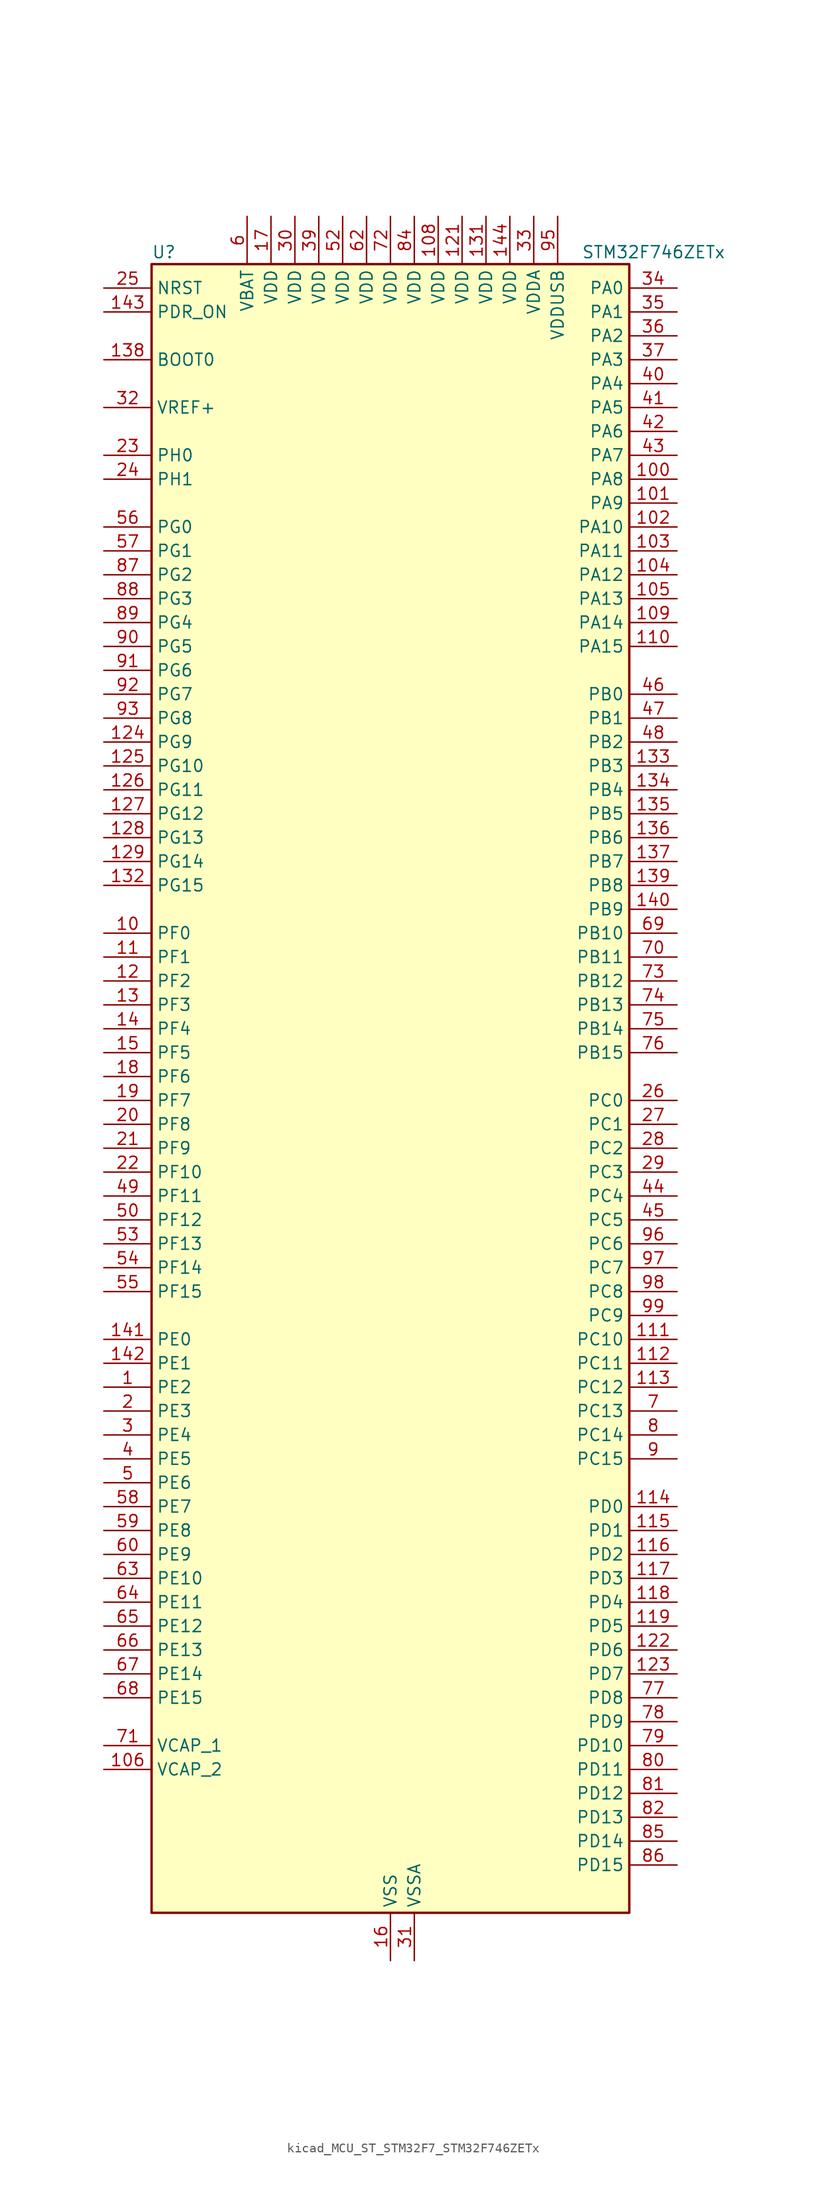
<source format=kicad_sym>
(kicad_symbol_lib
  (version 20220914)
  (generator kicad_symbol_editor)
  (symbol "kicad_MCU_ST_STM32F7_STM32F746ZETx"
    (property "Reference" "U"
      (at -25.4 90.17 0)
      (effects (font (size 1.27 1.27)) (justify left)))
    (property "Value" "STM32F746ZETx"
      (at 20.32 90.17 0)
      (effects (font (size 1.27 1.27)) (justify left)))
    (property "ki_locked" ""
      (at 0 0 0)
      (effects (font (size 1.27 1.27))))
    (symbol "kicad_MCU_ST_STM32F7_STM32F746ZETx_0_1"
      (rectangle (start -25.4 -86.36) (end 25.4 88.9) (stroke (width 0.254) (type default)) (fill (type background))))
    (symbol "kicad_MCU_ST_STM32F7_STM32F746ZETx_1_1"
      (pin bidirectional line (at -30.48 -30.48 0) (length 5.08) (name "PE2" (effects (font (size 1.27 1.27)))) (number "1" (effects (font (size 1.27 1.27)))) (alternate "ETH_TXD3" bidirectional line) (alternate "FMC_A23" bidirectional line) (alternate "QUADSPI_BK1_IO2" bidirectional line) (alternate "SAI1_MCLK_A" bidirectional line) (alternate "SPI4_SCK" bidirectional line) (alternate "SYS_TRACECLK" bidirectional line))
      (pin bidirectional line (at -30.48 17.78 0) (length 5.08) (name "PF0" (effects (font (size 1.27 1.27)))) (number "10" (effects (font (size 1.27 1.27)))) (alternate "FMC_A0" bidirectional line) (alternate "I2C2_SDA" bidirectional line))
      (pin bidirectional line (at 30.48 66.04 180) (length 5.08) (name "PA8" (effects (font (size 1.27 1.27)))) (number "100" (effects (font (size 1.27 1.27)))) (alternate "I2C3_SCL" bidirectional line) (alternate "LTDC_R6" bidirectional line) (alternate "RCC_MCO_1" bidirectional line) (alternate "TIM1_CH1" bidirectional line) (alternate "TIM8_BKIN2" bidirectional line) (alternate "USART1_CK" bidirectional line) (alternate "USB_OTG_FS_SOF" bidirectional line))
      (pin bidirectional line (at 30.48 63.5 180) (length 5.08) (name "PA9" (effects (font (size 1.27 1.27)))) (number "101" (effects (font (size 1.27 1.27)))) (alternate "DAC_EXTI9" bidirectional line) (alternate "DCMI_D0" bidirectional line) (alternate "I2C3_SMBA" bidirectional line) (alternate "I2S2_CK" bidirectional line) (alternate "SPI2_SCK" bidirectional line) (alternate "TIM1_CH2" bidirectional line) (alternate "USART1_TX" bidirectional line) (alternate "USB_OTG_FS_VBUS" bidirectional line))
      (pin bidirectional line (at 30.48 60.96 180) (length 5.08) (name "PA10" (effects (font (size 1.27 1.27)))) (number "102" (effects (font (size 1.27 1.27)))) (alternate "DCMI_D1" bidirectional line) (alternate "TIM1_CH3" bidirectional line) (alternate "USART1_RX" bidirectional line) (alternate "USB_OTG_FS_ID" bidirectional line))
      (pin bidirectional line (at 30.48 58.42 180) (length 5.08) (name "PA11" (effects (font (size 1.27 1.27)))) (number "103" (effects (font (size 1.27 1.27)))) (alternate "ADC1_EXTI11" bidirectional line) (alternate "ADC2_EXTI11" bidirectional line) (alternate "ADC3_EXTI11" bidirectional line) (alternate "CAN1_RX" bidirectional line) (alternate "LTDC_R4" bidirectional line) (alternate "TIM1_CH4" bidirectional line) (alternate "USART1_CTS" bidirectional line) (alternate "USB_OTG_FS_DM" bidirectional line))
      (pin bidirectional line (at 30.48 55.88 180) (length 5.08) (name "PA12" (effects (font (size 1.27 1.27)))) (number "104" (effects (font (size 1.27 1.27)))) (alternate "CAN1_TX" bidirectional line) (alternate "LTDC_R5" bidirectional line) (alternate "SAI2_FS_B" bidirectional line) (alternate "TIM1_ETR" bidirectional line) (alternate "USART1_DE" bidirectional line) (alternate "USART1_RTS" bidirectional line) (alternate "USB_OTG_FS_DP" bidirectional line))
      (pin bidirectional line (at 30.48 53.34 180) (length 5.08) (name "PA13" (effects (font (size 1.27 1.27)))) (number "105" (effects (font (size 1.27 1.27)))) (alternate "SYS_JTMS-SWDIO" bidirectional line))
      (pin power_out line (at -30.48 -71.12 0) (length 5.08) (name "VCAP_2" (effects (font (size 1.27 1.27)))) (number "106" (effects (font (size 1.27 1.27)))))
      (pin passive line (at 0 -91.44 90) (length 5.08) hide (name "VSS" (effects (font (size 1.27 1.27)))) (number "107" (effects (font (size 1.27 1.27)))))
      (pin power_in line (at 5.08 93.98 270) (length 5.08) (name "VDD" (effects (font (size 1.27 1.27)))) (number "108" (effects (font (size 1.27 1.27)))))
      (pin bidirectional line (at 30.48 50.8 180) (length 5.08) (name "PA14" (effects (font (size 1.27 1.27)))) (number "109" (effects (font (size 1.27 1.27)))) (alternate "SYS_JTCK-SWCLK" bidirectional line))
      (pin bidirectional line (at -30.48 15.24 0) (length 5.08) (name "PF1" (effects (font (size 1.27 1.27)))) (number "11" (effects (font (size 1.27 1.27)))) (alternate "FMC_A1" bidirectional line) (alternate "I2C2_SCL" bidirectional line))
      (pin bidirectional line (at 30.48 48.26 180) (length 5.08) (name "PA15" (effects (font (size 1.27 1.27)))) (number "110" (effects (font (size 1.27 1.27)))) (alternate "CEC" bidirectional line) (alternate "I2S1_WS" bidirectional line) (alternate "I2S3_WS" bidirectional line) (alternate "SPI1_NSS" bidirectional line) (alternate "SPI3_NSS" bidirectional line) (alternate "SYS_JTDI" bidirectional line) (alternate "TIM2_CH1" bidirectional line) (alternate "TIM2_ETR" bidirectional line) (alternate "UART4_DE" bidirectional line) (alternate "UART4_RTS" bidirectional line))
      (pin bidirectional line (at 30.48 -25.4 180) (length 5.08) (name "PC10" (effects (font (size 1.27 1.27)))) (number "111" (effects (font (size 1.27 1.27)))) (alternate "DCMI_D8" bidirectional line) (alternate "I2S3_CK" bidirectional line) (alternate "LTDC_R2" bidirectional line) (alternate "QUADSPI_BK1_IO1" bidirectional line) (alternate "SDMMC1_D2" bidirectional line) (alternate "SPI3_SCK" bidirectional line) (alternate "UART4_TX" bidirectional line) (alternate "USART3_TX" bidirectional line))
      (pin bidirectional line (at 30.48 -27.94 180) (length 5.08) (name "PC11" (effects (font (size 1.27 1.27)))) (number "112" (effects (font (size 1.27 1.27)))) (alternate "ADC1_EXTI11" bidirectional line) (alternate "ADC2_EXTI11" bidirectional line) (alternate "ADC3_EXTI11" bidirectional line) (alternate "DCMI_D4" bidirectional line) (alternate "QUADSPI_BK2_NCS" bidirectional line) (alternate "SDMMC1_D3" bidirectional line) (alternate "SPI3_MISO" bidirectional line) (alternate "UART4_RX" bidirectional line) (alternate "USART3_RX" bidirectional line))
      (pin bidirectional line (at 30.48 -30.48 180) (length 5.08) (name "PC12" (effects (font (size 1.27 1.27)))) (number "113" (effects (font (size 1.27 1.27)))) (alternate "DCMI_D9" bidirectional line) (alternate "I2S3_SD" bidirectional line) (alternate "SDMMC1_CK" bidirectional line) (alternate "SPI3_MOSI" bidirectional line) (alternate "SYS_TRACED3" bidirectional line) (alternate "UART5_TX" bidirectional line) (alternate "USART3_CK" bidirectional line))
      (pin bidirectional line (at 30.48 -43.18 180) (length 5.08) (name "PD0" (effects (font (size 1.27 1.27)))) (number "114" (effects (font (size 1.27 1.27)))) (alternate "CAN1_RX" bidirectional line) (alternate "FMC_D2" bidirectional line) (alternate "FMC_DA2" bidirectional line))
      (pin bidirectional line (at 30.48 -45.72 180) (length 5.08) (name "PD1" (effects (font (size 1.27 1.27)))) (number "115" (effects (font (size 1.27 1.27)))) (alternate "CAN1_TX" bidirectional line) (alternate "FMC_D3" bidirectional line) (alternate "FMC_DA3" bidirectional line))
      (pin bidirectional line (at 30.48 -48.26 180) (length 5.08) (name "PD2" (effects (font (size 1.27 1.27)))) (number "116" (effects (font (size 1.27 1.27)))) (alternate "DCMI_D11" bidirectional line) (alternate "SDMMC1_CMD" bidirectional line) (alternate "SYS_TRACED2" bidirectional line) (alternate "TIM3_ETR" bidirectional line) (alternate "UART5_RX" bidirectional line))
      (pin bidirectional line (at 30.48 -50.8 180) (length 5.08) (name "PD3" (effects (font (size 1.27 1.27)))) (number "117" (effects (font (size 1.27 1.27)))) (alternate "DCMI_D5" bidirectional line) (alternate "FMC_CLK" bidirectional line) (alternate "I2S2_CK" bidirectional line) (alternate "LTDC_G7" bidirectional line) (alternate "SPI2_SCK" bidirectional line) (alternate "USART2_CTS" bidirectional line))
      (pin bidirectional line (at 30.48 -53.34 180) (length 5.08) (name "PD4" (effects (font (size 1.27 1.27)))) (number "118" (effects (font (size 1.27 1.27)))) (alternate "FMC_NOE" bidirectional line) (alternate "USART2_DE" bidirectional line) (alternate "USART2_RTS" bidirectional line))
      (pin bidirectional line (at 30.48 -55.88 180) (length 5.08) (name "PD5" (effects (font (size 1.27 1.27)))) (number "119" (effects (font (size 1.27 1.27)))) (alternate "FMC_NWE" bidirectional line) (alternate "USART2_TX" bidirectional line))
      (pin bidirectional line (at -30.48 12.7 0) (length 5.08) (name "PF2" (effects (font (size 1.27 1.27)))) (number "12" (effects (font (size 1.27 1.27)))) (alternate "FMC_A2" bidirectional line) (alternate "I2C2_SMBA" bidirectional line))
      (pin passive line (at 0 -91.44 90) (length 5.08) hide (name "VSS" (effects (font (size 1.27 1.27)))) (number "120" (effects (font (size 1.27 1.27)))))
      (pin power_in line (at 7.62 93.98 270) (length 5.08) (name "VDD" (effects (font (size 1.27 1.27)))) (number "121" (effects (font (size 1.27 1.27)))))
      (pin bidirectional line (at 30.48 -58.42 180) (length 5.08) (name "PD6" (effects (font (size 1.27 1.27)))) (number "122" (effects (font (size 1.27 1.27)))) (alternate "DCMI_D10" bidirectional line) (alternate "FMC_NWAIT" bidirectional line) (alternate "I2S3_SD" bidirectional line) (alternate "LTDC_B2" bidirectional line) (alternate "SAI1_SD_A" bidirectional line) (alternate "SPI3_MOSI" bidirectional line) (alternate "USART2_RX" bidirectional line))
      (pin bidirectional line (at 30.48 -60.96 180) (length 5.08) (name "PD7" (effects (font (size 1.27 1.27)))) (number "123" (effects (font (size 1.27 1.27)))) (alternate "FMC_NE1" bidirectional line) (alternate "SPDIFRX_IN0" bidirectional line) (alternate "USART2_CK" bidirectional line))
      (pin bidirectional line (at -30.48 38.1 0) (length 5.08) (name "PG9" (effects (font (size 1.27 1.27)))) (number "124" (effects (font (size 1.27 1.27)))) (alternate "DAC_EXTI9" bidirectional line) (alternate "DCMI_VSYNC" bidirectional line) (alternate "FMC_NCE" bidirectional line) (alternate "FMC_NE2" bidirectional line) (alternate "QUADSPI_BK2_IO2" bidirectional line) (alternate "SAI2_FS_B" bidirectional line) (alternate "SPDIFRX_IN3" bidirectional line) (alternate "USART6_RX" bidirectional line))
      (pin bidirectional line (at -30.48 35.56 0) (length 5.08) (name "PG10" (effects (font (size 1.27 1.27)))) (number "125" (effects (font (size 1.27 1.27)))) (alternate "DCMI_D2" bidirectional line) (alternate "FMC_NE3" bidirectional line) (alternate "LTDC_B2" bidirectional line) (alternate "LTDC_G3" bidirectional line) (alternate "SAI2_SD_B" bidirectional line))
      (pin bidirectional line (at -30.48 33.02 0) (length 5.08) (name "PG11" (effects (font (size 1.27 1.27)))) (number "126" (effects (font (size 1.27 1.27)))) (alternate "ADC1_EXTI11" bidirectional line) (alternate "ADC2_EXTI11" bidirectional line) (alternate "ADC3_EXTI11" bidirectional line) (alternate "DCMI_D3" bidirectional line) (alternate "ETH_TX_EN" bidirectional line) (alternate "LTDC_B3" bidirectional line) (alternate "SPDIFRX_IN0" bidirectional line))
      (pin bidirectional line (at -30.48 30.48 0) (length 5.08) (name "PG12" (effects (font (size 1.27 1.27)))) (number "127" (effects (font (size 1.27 1.27)))) (alternate "FMC_NE4" bidirectional line) (alternate "LPTIM1_IN1" bidirectional line) (alternate "LTDC_B1" bidirectional line) (alternate "LTDC_B4" bidirectional line) (alternate "SPDIFRX_IN1" bidirectional line) (alternate "SPI6_MISO" bidirectional line) (alternate "USART6_DE" bidirectional line) (alternate "USART6_RTS" bidirectional line))
      (pin bidirectional line (at -30.48 27.94 0) (length 5.08) (name "PG13" (effects (font (size 1.27 1.27)))) (number "128" (effects (font (size 1.27 1.27)))) (alternate "ETH_TXD0" bidirectional line) (alternate "FMC_A24" bidirectional line) (alternate "LPTIM1_OUT" bidirectional line) (alternate "LTDC_R0" bidirectional line) (alternate "SPI6_SCK" bidirectional line) (alternate "SYS_TRACED0" bidirectional line) (alternate "USART6_CTS" bidirectional line))
      (pin bidirectional line (at -30.48 25.4 0) (length 5.08) (name "PG14" (effects (font (size 1.27 1.27)))) (number "129" (effects (font (size 1.27 1.27)))) (alternate "ETH_TXD1" bidirectional line) (alternate "FMC_A25" bidirectional line) (alternate "LPTIM1_ETR" bidirectional line) (alternate "LTDC_B0" bidirectional line) (alternate "QUADSPI_BK2_IO3" bidirectional line) (alternate "SPI6_MOSI" bidirectional line) (alternate "SYS_TRACED1" bidirectional line) (alternate "USART6_TX" bidirectional line))
      (pin bidirectional line (at -30.48 10.16 0) (length 5.08) (name "PF3" (effects (font (size 1.27 1.27)))) (number "13" (effects (font (size 1.27 1.27)))) (alternate "ADC3_IN9" bidirectional line) (alternate "FMC_A3" bidirectional line))
      (pin passive line (at 0 -91.44 90) (length 5.08) hide (name "VSS" (effects (font (size 1.27 1.27)))) (number "130" (effects (font (size 1.27 1.27)))))
      (pin power_in line (at 10.16 93.98 270) (length 5.08) (name "VDD" (effects (font (size 1.27 1.27)))) (number "131" (effects (font (size 1.27 1.27)))))
      (pin bidirectional line (at -30.48 22.86 0) (length 5.08) (name "PG15" (effects (font (size 1.27 1.27)))) (number "132" (effects (font (size 1.27 1.27)))) (alternate "DCMI_D13" bidirectional line) (alternate "FMC_SDNCAS" bidirectional line) (alternate "USART6_CTS" bidirectional line))
      (pin bidirectional line (at 30.48 35.56 180) (length 5.08) (name "PB3" (effects (font (size 1.27 1.27)))) (number "133" (effects (font (size 1.27 1.27)))) (alternate "I2S1_CK" bidirectional line) (alternate "I2S3_CK" bidirectional line) (alternate "SPI1_SCK" bidirectional line) (alternate "SPI3_SCK" bidirectional line) (alternate "SYS_JTDO-SWO" bidirectional line) (alternate "TIM2_CH2" bidirectional line))
      (pin bidirectional line (at 30.48 33.02 180) (length 5.08) (name "PB4" (effects (font (size 1.27 1.27)))) (number "134" (effects (font (size 1.27 1.27)))) (alternate "I2S2_WS" bidirectional line) (alternate "SPI1_MISO" bidirectional line) (alternate "SPI2_NSS" bidirectional line) (alternate "SPI3_MISO" bidirectional line) (alternate "SYS_JTRST" bidirectional line) (alternate "TIM3_CH1" bidirectional line))
      (pin bidirectional line (at 30.48 30.48 180) (length 5.08) (name "PB5" (effects (font (size 1.27 1.27)))) (number "135" (effects (font (size 1.27 1.27)))) (alternate "CAN2_RX" bidirectional line) (alternate "DCMI_D10" bidirectional line) (alternate "ETH_PPS_OUT" bidirectional line) (alternate "FMC_SDCKE1" bidirectional line) (alternate "I2C1_SMBA" bidirectional line) (alternate "I2S1_SD" bidirectional line) (alternate "I2S3_SD" bidirectional line) (alternate "SPI1_MOSI" bidirectional line) (alternate "SPI3_MOSI" bidirectional line) (alternate "TIM3_CH2" bidirectional line) (alternate "USB_OTG_HS_ULPI_D7" bidirectional line))
      (pin bidirectional line (at 30.48 27.94 180) (length 5.08) (name "PB6" (effects (font (size 1.27 1.27)))) (number "136" (effects (font (size 1.27 1.27)))) (alternate "CAN2_TX" bidirectional line) (alternate "CEC" bidirectional line) (alternate "DCMI_D5" bidirectional line) (alternate "FMC_SDNE1" bidirectional line) (alternate "I2C1_SCL" bidirectional line) (alternate "QUADSPI_BK1_NCS" bidirectional line) (alternate "TIM4_CH1" bidirectional line) (alternate "USART1_TX" bidirectional line))
      (pin bidirectional line (at 30.48 25.4 180) (length 5.08) (name "PB7" (effects (font (size 1.27 1.27)))) (number "137" (effects (font (size 1.27 1.27)))) (alternate "DCMI_VSYNC" bidirectional line) (alternate "FMC_NL" bidirectional line) (alternate "I2C1_SDA" bidirectional line) (alternate "TIM4_CH2" bidirectional line) (alternate "USART1_RX" bidirectional line))
      (pin input line (at -30.48 78.74 0) (length 5.08) (name "BOOT0" (effects (font (size 1.27 1.27)))) (number "138" (effects (font (size 1.27 1.27)))))
      (pin bidirectional line (at 30.48 22.86 180) (length 5.08) (name "PB8" (effects (font (size 1.27 1.27)))) (number "139" (effects (font (size 1.27 1.27)))) (alternate "CAN1_RX" bidirectional line) (alternate "DCMI_D6" bidirectional line) (alternate "ETH_TXD3" bidirectional line) (alternate "I2C1_SCL" bidirectional line) (alternate "LTDC_B6" bidirectional line) (alternate "SDMMC1_D4" bidirectional line) (alternate "TIM10_CH1" bidirectional line) (alternate "TIM4_CH3" bidirectional line))
      (pin bidirectional line (at -30.48 7.62 0) (length 5.08) (name "PF4" (effects (font (size 1.27 1.27)))) (number "14" (effects (font (size 1.27 1.27)))) (alternate "ADC3_IN14" bidirectional line) (alternate "FMC_A4" bidirectional line))
      (pin bidirectional line (at 30.48 20.32 180) (length 5.08) (name "PB9" (effects (font (size 1.27 1.27)))) (number "140" (effects (font (size 1.27 1.27)))) (alternate "CAN1_TX" bidirectional line) (alternate "DAC_EXTI9" bidirectional line) (alternate "DCMI_D7" bidirectional line) (alternate "I2C1_SDA" bidirectional line) (alternate "I2S2_WS" bidirectional line) (alternate "LTDC_B7" bidirectional line) (alternate "SDMMC1_D5" bidirectional line) (alternate "SPI2_NSS" bidirectional line) (alternate "TIM11_CH1" bidirectional line) (alternate "TIM4_CH4" bidirectional line))
      (pin bidirectional line (at -30.48 -25.4 0) (length 5.08) (name "PE0" (effects (font (size 1.27 1.27)))) (number "141" (effects (font (size 1.27 1.27)))) (alternate "DCMI_D2" bidirectional line) (alternate "FMC_NBL0" bidirectional line) (alternate "LPTIM1_ETR" bidirectional line) (alternate "SAI2_MCLK_A" bidirectional line) (alternate "TIM4_ETR" bidirectional line) (alternate "UART8_RX" bidirectional line))
      (pin bidirectional line (at -30.48 -27.94 0) (length 5.08) (name "PE1" (effects (font (size 1.27 1.27)))) (number "142" (effects (font (size 1.27 1.27)))) (alternate "DCMI_D3" bidirectional line) (alternate "FMC_NBL1" bidirectional line) (alternate "LPTIM1_IN2" bidirectional line) (alternate "UART8_TX" bidirectional line))
      (pin input line (at -30.48 83.82 0) (length 5.08) (name "PDR_ON" (effects (font (size 1.27 1.27)))) (number "143" (effects (font (size 1.27 1.27)))))
      (pin power_in line (at 12.7 93.98 270) (length 5.08) (name "VDD" (effects (font (size 1.27 1.27)))) (number "144" (effects (font (size 1.27 1.27)))))
      (pin bidirectional line (at -30.48 5.08 0) (length 5.08) (name "PF5" (effects (font (size 1.27 1.27)))) (number "15" (effects (font (size 1.27 1.27)))) (alternate "ADC3_IN15" bidirectional line) (alternate "FMC_A5" bidirectional line))
      (pin power_in line (at 0 -91.44 90) (length 5.08) (name "VSS" (effects (font (size 1.27 1.27)))) (number "16" (effects (font (size 1.27 1.27)))))
      (pin power_in line (at -12.7 93.98 270) (length 5.08) (name "VDD" (effects (font (size 1.27 1.27)))) (number "17" (effects (font (size 1.27 1.27)))))
      (pin bidirectional line (at -30.48 2.54 0) (length 5.08) (name "PF6" (effects (font (size 1.27 1.27)))) (number "18" (effects (font (size 1.27 1.27)))) (alternate "ADC3_IN4" bidirectional line) (alternate "QUADSPI_BK1_IO3" bidirectional line) (alternate "SAI1_SD_B" bidirectional line) (alternate "SPI5_NSS" bidirectional line) (alternate "TIM10_CH1" bidirectional line) (alternate "UART7_RX" bidirectional line))
      (pin bidirectional line (at -30.48 0 0) (length 5.08) (name "PF7" (effects (font (size 1.27 1.27)))) (number "19" (effects (font (size 1.27 1.27)))) (alternate "ADC3_IN5" bidirectional line) (alternate "QUADSPI_BK1_IO2" bidirectional line) (alternate "SAI1_MCLK_B" bidirectional line) (alternate "SPI5_SCK" bidirectional line) (alternate "TIM11_CH1" bidirectional line) (alternate "UART7_TX" bidirectional line))
      (pin bidirectional line (at -30.48 -33.02 0) (length 5.08) (name "PE3" (effects (font (size 1.27 1.27)))) (number "2" (effects (font (size 1.27 1.27)))) (alternate "FMC_A19" bidirectional line) (alternate "SAI1_SD_B" bidirectional line) (alternate "SYS_TRACED0" bidirectional line))
      (pin bidirectional line (at -30.48 -2.54 0) (length 5.08) (name "PF8" (effects (font (size 1.27 1.27)))) (number "20" (effects (font (size 1.27 1.27)))) (alternate "ADC3_IN6" bidirectional line) (alternate "QUADSPI_BK1_IO0" bidirectional line) (alternate "SAI1_SCK_B" bidirectional line) (alternate "SPI5_MISO" bidirectional line) (alternate "TIM13_CH1" bidirectional line) (alternate "UART7_DE" bidirectional line) (alternate "UART7_RTS" bidirectional line))
      (pin bidirectional line (at -30.48 -5.08 0) (length 5.08) (name "PF9" (effects (font (size 1.27 1.27)))) (number "21" (effects (font (size 1.27 1.27)))) (alternate "ADC3_IN7" bidirectional line) (alternate "DAC_EXTI9" bidirectional line) (alternate "QUADSPI_BK1_IO1" bidirectional line) (alternate "SAI1_FS_B" bidirectional line) (alternate "SPI5_MOSI" bidirectional line) (alternate "TIM14_CH1" bidirectional line) (alternate "UART7_CTS" bidirectional line))
      (pin bidirectional line (at -30.48 -7.62 0) (length 5.08) (name "PF10" (effects (font (size 1.27 1.27)))) (number "22" (effects (font (size 1.27 1.27)))) (alternate "ADC3_IN8" bidirectional line) (alternate "DCMI_D11" bidirectional line) (alternate "LTDC_DE" bidirectional line))
      (pin bidirectional line (at -30.48 68.58 0) (length 5.08) (name "PH0" (effects (font (size 1.27 1.27)))) (number "23" (effects (font (size 1.27 1.27)))) (alternate "RCC_OSC_IN" bidirectional line))
      (pin bidirectional line (at -30.48 66.04 0) (length 5.08) (name "PH1" (effects (font (size 1.27 1.27)))) (number "24" (effects (font (size 1.27 1.27)))) (alternate "RCC_OSC_OUT" bidirectional line))
      (pin input line (at -30.48 86.36 0) (length 5.08) (name "NRST" (effects (font (size 1.27 1.27)))) (number "25" (effects (font (size 1.27 1.27)))))
      (pin bidirectional line (at 30.48 0 180) (length 5.08) (name "PC0" (effects (font (size 1.27 1.27)))) (number "26" (effects (font (size 1.27 1.27)))) (alternate "ADC1_IN10" bidirectional line) (alternate "ADC2_IN10" bidirectional line) (alternate "ADC3_IN10" bidirectional line) (alternate "FMC_SDNWE" bidirectional line) (alternate "LTDC_R5" bidirectional line) (alternate "SAI2_FS_B" bidirectional line) (alternate "USB_OTG_HS_ULPI_STP" bidirectional line))
      (pin bidirectional line (at 30.48 -2.54 180) (length 5.08) (name "PC1" (effects (font (size 1.27 1.27)))) (number "27" (effects (font (size 1.27 1.27)))) (alternate "ADC1_IN11" bidirectional line) (alternate "ADC2_IN11" bidirectional line) (alternate "ADC3_IN11" bidirectional line) (alternate "ETH_MDC" bidirectional line) (alternate "I2S2_SD" bidirectional line) (alternate "RTC_TAMP3" bidirectional line) (alternate "RTC_TS" bidirectional line) (alternate "SAI1_SD_A" bidirectional line) (alternate "SPI2_MOSI" bidirectional line) (alternate "SYS_TRACED0" bidirectional line) (alternate "SYS_WKUP3" bidirectional line))
      (pin bidirectional line (at 30.48 -5.08 180) (length 5.08) (name "PC2" (effects (font (size 1.27 1.27)))) (number "28" (effects (font (size 1.27 1.27)))) (alternate "ADC1_IN12" bidirectional line) (alternate "ADC2_IN12" bidirectional line) (alternate "ADC3_IN12" bidirectional line) (alternate "ETH_TXD2" bidirectional line) (alternate "FMC_SDNE0" bidirectional line) (alternate "SPI2_MISO" bidirectional line) (alternate "USB_OTG_HS_ULPI_DIR" bidirectional line))
      (pin bidirectional line (at 30.48 -7.62 180) (length 5.08) (name "PC3" (effects (font (size 1.27 1.27)))) (number "29" (effects (font (size 1.27 1.27)))) (alternate "ADC1_IN13" bidirectional line) (alternate "ADC2_IN13" bidirectional line) (alternate "ADC3_IN13" bidirectional line) (alternate "ETH_TX_CLK" bidirectional line) (alternate "FMC_SDCKE0" bidirectional line) (alternate "I2S2_SD" bidirectional line) (alternate "SPI2_MOSI" bidirectional line) (alternate "USB_OTG_HS_ULPI_NXT" bidirectional line))
      (pin bidirectional line (at -30.48 -35.56 0) (length 5.08) (name "PE4" (effects (font (size 1.27 1.27)))) (number "3" (effects (font (size 1.27 1.27)))) (alternate "DCMI_D4" bidirectional line) (alternate "FMC_A20" bidirectional line) (alternate "LTDC_B0" bidirectional line) (alternate "SAI1_FS_A" bidirectional line) (alternate "SPI4_NSS" bidirectional line) (alternate "SYS_TRACED1" bidirectional line))
      (pin power_in line (at -10.16 93.98 270) (length 5.08) (name "VDD" (effects (font (size 1.27 1.27)))) (number "30" (effects (font (size 1.27 1.27)))))
      (pin power_in line (at 2.54 -91.44 90) (length 5.08) (name "VSSA" (effects (font (size 1.27 1.27)))) (number "31" (effects (font (size 1.27 1.27)))))
      (pin input line (at -30.48 73.66 0) (length 5.08) (name "VREF+" (effects (font (size 1.27 1.27)))) (number "32" (effects (font (size 1.27 1.27)))))
      (pin power_in line (at 15.24 93.98 270) (length 5.08) (name "VDDA" (effects (font (size 1.27 1.27)))) (number "33" (effects (font (size 1.27 1.27)))))
      (pin bidirectional line (at 30.48 86.36 180) (length 5.08) (name "PA0" (effects (font (size 1.27 1.27)))) (number "34" (effects (font (size 1.27 1.27)))) (alternate "ADC1_IN0" bidirectional line) (alternate "ADC2_IN0" bidirectional line) (alternate "ADC3_IN0" bidirectional line) (alternate "ETH_CRS" bidirectional line) (alternate "SAI2_SD_B" bidirectional line) (alternate "SYS_WKUP1" bidirectional line) (alternate "TIM2_CH1" bidirectional line) (alternate "TIM2_ETR" bidirectional line) (alternate "TIM5_CH1" bidirectional line) (alternate "TIM8_ETR" bidirectional line) (alternate "UART4_TX" bidirectional line) (alternate "USART2_CTS" bidirectional line))
      (pin bidirectional line (at 30.48 83.82 180) (length 5.08) (name "PA1" (effects (font (size 1.27 1.27)))) (number "35" (effects (font (size 1.27 1.27)))) (alternate "ADC1_IN1" bidirectional line) (alternate "ADC2_IN1" bidirectional line) (alternate "ADC3_IN1" bidirectional line) (alternate "ETH_REF_CLK" bidirectional line) (alternate "ETH_RX_CLK" bidirectional line) (alternate "LTDC_R2" bidirectional line) (alternate "QUADSPI_BK1_IO3" bidirectional line) (alternate "SAI2_MCLK_B" bidirectional line) (alternate "TIM2_CH2" bidirectional line) (alternate "TIM5_CH2" bidirectional line) (alternate "UART4_RX" bidirectional line) (alternate "USART2_DE" bidirectional line) (alternate "USART2_RTS" bidirectional line))
      (pin bidirectional line (at 30.48 81.28 180) (length 5.08) (name "PA2" (effects (font (size 1.27 1.27)))) (number "36" (effects (font (size 1.27 1.27)))) (alternate "ADC1_IN2" bidirectional line) (alternate "ADC2_IN2" bidirectional line) (alternate "ADC3_IN2" bidirectional line) (alternate "ETH_MDIO" bidirectional line) (alternate "LTDC_R1" bidirectional line) (alternate "SAI2_SCK_B" bidirectional line) (alternate "SYS_WKUP2" bidirectional line) (alternate "TIM2_CH3" bidirectional line) (alternate "TIM5_CH3" bidirectional line) (alternate "TIM9_CH1" bidirectional line) (alternate "USART2_TX" bidirectional line))
      (pin bidirectional line (at 30.48 78.74 180) (length 5.08) (name "PA3" (effects (font (size 1.27 1.27)))) (number "37" (effects (font (size 1.27 1.27)))) (alternate "ADC1_IN3" bidirectional line) (alternate "ADC2_IN3" bidirectional line) (alternate "ADC3_IN3" bidirectional line) (alternate "ETH_COL" bidirectional line) (alternate "LTDC_B5" bidirectional line) (alternate "TIM2_CH4" bidirectional line) (alternate "TIM5_CH4" bidirectional line) (alternate "TIM9_CH2" bidirectional line) (alternate "USART2_RX" bidirectional line) (alternate "USB_OTG_HS_ULPI_D0" bidirectional line))
      (pin passive line (at 0 -91.44 90) (length 5.08) hide (name "VSS" (effects (font (size 1.27 1.27)))) (number "38" (effects (font (size 1.27 1.27)))))
      (pin power_in line (at -7.62 93.98 270) (length 5.08) (name "VDD" (effects (font (size 1.27 1.27)))) (number "39" (effects (font (size 1.27 1.27)))))
      (pin bidirectional line (at -30.48 -38.1 0) (length 5.08) (name "PE5" (effects (font (size 1.27 1.27)))) (number "4" (effects (font (size 1.27 1.27)))) (alternate "DCMI_D6" bidirectional line) (alternate "FMC_A21" bidirectional line) (alternate "LTDC_G0" bidirectional line) (alternate "SAI1_SCK_A" bidirectional line) (alternate "SPI4_MISO" bidirectional line) (alternate "SYS_TRACED2" bidirectional line) (alternate "TIM9_CH1" bidirectional line))
      (pin bidirectional line (at 30.48 76.2 180) (length 5.08) (name "PA4" (effects (font (size 1.27 1.27)))) (number "40" (effects (font (size 1.27 1.27)))) (alternate "ADC1_IN4" bidirectional line) (alternate "ADC2_IN4" bidirectional line) (alternate "DAC_OUT1" bidirectional line) (alternate "DCMI_HSYNC" bidirectional line) (alternate "I2S1_WS" bidirectional line) (alternate "I2S3_WS" bidirectional line) (alternate "LTDC_VSYNC" bidirectional line) (alternate "SPI1_NSS" bidirectional line) (alternate "SPI3_NSS" bidirectional line) (alternate "USART2_CK" bidirectional line) (alternate "USB_OTG_HS_SOF" bidirectional line))
      (pin bidirectional line (at 30.48 73.66 180) (length 5.08) (name "PA5" (effects (font (size 1.27 1.27)))) (number "41" (effects (font (size 1.27 1.27)))) (alternate "ADC1_IN5" bidirectional line) (alternate "ADC2_IN5" bidirectional line) (alternate "DAC_OUT2" bidirectional line) (alternate "I2S1_CK" bidirectional line) (alternate "LTDC_R4" bidirectional line) (alternate "SPI1_SCK" bidirectional line) (alternate "TIM2_CH1" bidirectional line) (alternate "TIM2_ETR" bidirectional line) (alternate "TIM8_CH1N" bidirectional line) (alternate "USB_OTG_HS_ULPI_CK" bidirectional line))
      (pin bidirectional line (at 30.48 71.12 180) (length 5.08) (name "PA6" (effects (font (size 1.27 1.27)))) (number "42" (effects (font (size 1.27 1.27)))) (alternate "ADC1_IN6" bidirectional line) (alternate "ADC2_IN6" bidirectional line) (alternate "DCMI_PIXCLK" bidirectional line) (alternate "LTDC_G2" bidirectional line) (alternate "SPI1_MISO" bidirectional line) (alternate "TIM13_CH1" bidirectional line) (alternate "TIM1_BKIN" bidirectional line) (alternate "TIM3_CH1" bidirectional line) (alternate "TIM8_BKIN" bidirectional line))
      (pin bidirectional line (at 30.48 68.58 180) (length 5.08) (name "PA7" (effects (font (size 1.27 1.27)))) (number "43" (effects (font (size 1.27 1.27)))) (alternate "ADC1_IN7" bidirectional line) (alternate "ADC2_IN7" bidirectional line) (alternate "ETH_CRS_DV" bidirectional line) (alternate "ETH_RX_DV" bidirectional line) (alternate "FMC_SDNWE" bidirectional line) (alternate "I2S1_SD" bidirectional line) (alternate "SPI1_MOSI" bidirectional line) (alternate "TIM14_CH1" bidirectional line) (alternate "TIM1_CH1N" bidirectional line) (alternate "TIM3_CH2" bidirectional line) (alternate "TIM8_CH1N" bidirectional line))
      (pin bidirectional line (at 30.48 -10.16 180) (length 5.08) (name "PC4" (effects (font (size 1.27 1.27)))) (number "44" (effects (font (size 1.27 1.27)))) (alternate "ADC1_IN14" bidirectional line) (alternate "ADC2_IN14" bidirectional line) (alternate "ETH_RXD0" bidirectional line) (alternate "FMC_SDNE0" bidirectional line) (alternate "I2S1_MCK" bidirectional line) (alternate "SPDIFRX_IN2" bidirectional line))
      (pin bidirectional line (at 30.48 -12.7 180) (length 5.08) (name "PC5" (effects (font (size 1.27 1.27)))) (number "45" (effects (font (size 1.27 1.27)))) (alternate "ADC1_IN15" bidirectional line) (alternate "ADC2_IN15" bidirectional line) (alternate "ETH_RXD1" bidirectional line) (alternate "FMC_SDCKE0" bidirectional line) (alternate "SPDIFRX_IN3" bidirectional line))
      (pin bidirectional line (at 30.48 43.18 180) (length 5.08) (name "PB0" (effects (font (size 1.27 1.27)))) (number "46" (effects (font (size 1.27 1.27)))) (alternate "ADC1_IN8" bidirectional line) (alternate "ADC2_IN8" bidirectional line) (alternate "ETH_RXD2" bidirectional line) (alternate "LTDC_R3" bidirectional line) (alternate "TIM1_CH2N" bidirectional line) (alternate "TIM3_CH3" bidirectional line) (alternate "TIM8_CH2N" bidirectional line) (alternate "UART4_CTS" bidirectional line) (alternate "USB_OTG_HS_ULPI_D1" bidirectional line))
      (pin bidirectional line (at 30.48 40.64 180) (length 5.08) (name "PB1" (effects (font (size 1.27 1.27)))) (number "47" (effects (font (size 1.27 1.27)))) (alternate "ADC1_IN9" bidirectional line) (alternate "ADC2_IN9" bidirectional line) (alternate "ETH_RXD3" bidirectional line) (alternate "LTDC_R6" bidirectional line) (alternate "TIM1_CH3N" bidirectional line) (alternate "TIM3_CH4" bidirectional line) (alternate "TIM8_CH3N" bidirectional line) (alternate "USB_OTG_HS_ULPI_D2" bidirectional line))
      (pin bidirectional line (at 30.48 38.1 180) (length 5.08) (name "PB2" (effects (font (size 1.27 1.27)))) (number "48" (effects (font (size 1.27 1.27)))) (alternate "I2S3_SD" bidirectional line) (alternate "QUADSPI_CLK" bidirectional line) (alternate "SAI1_SD_A" bidirectional line) (alternate "SPI3_MOSI" bidirectional line))
      (pin bidirectional line (at -30.48 -10.16 0) (length 5.08) (name "PF11" (effects (font (size 1.27 1.27)))) (number "49" (effects (font (size 1.27 1.27)))) (alternate "ADC1_EXTI11" bidirectional line) (alternate "ADC2_EXTI11" bidirectional line) (alternate "ADC3_EXTI11" bidirectional line) (alternate "DCMI_D12" bidirectional line) (alternate "FMC_SDNRAS" bidirectional line) (alternate "SAI2_SD_B" bidirectional line) (alternate "SPI5_MOSI" bidirectional line))
      (pin bidirectional line (at -30.48 -40.64 0) (length 5.08) (name "PE6" (effects (font (size 1.27 1.27)))) (number "5" (effects (font (size 1.27 1.27)))) (alternate "DCMI_D7" bidirectional line) (alternate "FMC_A22" bidirectional line) (alternate "LTDC_G1" bidirectional line) (alternate "SAI1_SD_A" bidirectional line) (alternate "SAI2_MCLK_B" bidirectional line) (alternate "SPI4_MOSI" bidirectional line) (alternate "SYS_TRACED3" bidirectional line) (alternate "TIM1_BKIN2" bidirectional line) (alternate "TIM9_CH2" bidirectional line))
      (pin bidirectional line (at -30.48 -12.7 0) (length 5.08) (name "PF12" (effects (font (size 1.27 1.27)))) (number "50" (effects (font (size 1.27 1.27)))) (alternate "FMC_A6" bidirectional line))
      (pin passive line (at 0 -91.44 90) (length 5.08) hide (name "VSS" (effects (font (size 1.27 1.27)))) (number "51" (effects (font (size 1.27 1.27)))))
      (pin power_in line (at -5.08 93.98 270) (length 5.08) (name "VDD" (effects (font (size 1.27 1.27)))) (number "52" (effects (font (size 1.27 1.27)))))
      (pin bidirectional line (at -30.48 -15.24 0) (length 5.08) (name "PF13" (effects (font (size 1.27 1.27)))) (number "53" (effects (font (size 1.27 1.27)))) (alternate "FMC_A7" bidirectional line) (alternate "I2C4_SMBA" bidirectional line))
      (pin bidirectional line (at -30.48 -17.78 0) (length 5.08) (name "PF14" (effects (font (size 1.27 1.27)))) (number "54" (effects (font (size 1.27 1.27)))) (alternate "FMC_A8" bidirectional line) (alternate "I2C4_SCL" bidirectional line))
      (pin bidirectional line (at -30.48 -20.32 0) (length 5.08) (name "PF15" (effects (font (size 1.27 1.27)))) (number "55" (effects (font (size 1.27 1.27)))) (alternate "FMC_A9" bidirectional line) (alternate "I2C4_SDA" bidirectional line))
      (pin bidirectional line (at -30.48 60.96 0) (length 5.08) (name "PG0" (effects (font (size 1.27 1.27)))) (number "56" (effects (font (size 1.27 1.27)))) (alternate "FMC_A10" bidirectional line))
      (pin bidirectional line (at -30.48 58.42 0) (length 5.08) (name "PG1" (effects (font (size 1.27 1.27)))) (number "57" (effects (font (size 1.27 1.27)))) (alternate "FMC_A11" bidirectional line))
      (pin bidirectional line (at -30.48 -43.18 0) (length 5.08) (name "PE7" (effects (font (size 1.27 1.27)))) (number "58" (effects (font (size 1.27 1.27)))) (alternate "FMC_D4" bidirectional line) (alternate "FMC_DA4" bidirectional line) (alternate "QUADSPI_BK2_IO0" bidirectional line) (alternate "TIM1_ETR" bidirectional line) (alternate "UART7_RX" bidirectional line))
      (pin bidirectional line (at -30.48 -45.72 0) (length 5.08) (name "PE8" (effects (font (size 1.27 1.27)))) (number "59" (effects (font (size 1.27 1.27)))) (alternate "FMC_D5" bidirectional line) (alternate "FMC_DA5" bidirectional line) (alternate "QUADSPI_BK2_IO1" bidirectional line) (alternate "TIM1_CH1N" bidirectional line) (alternate "UART7_TX" bidirectional line))
      (pin power_in line (at -15.24 93.98 270) (length 5.08) (name "VBAT" (effects (font (size 1.27 1.27)))) (number "6" (effects (font (size 1.27 1.27)))))
      (pin bidirectional line (at -30.48 -48.26 0) (length 5.08) (name "PE9" (effects (font (size 1.27 1.27)))) (number "60" (effects (font (size 1.27 1.27)))) (alternate "DAC_EXTI9" bidirectional line) (alternate "FMC_D6" bidirectional line) (alternate "FMC_DA6" bidirectional line) (alternate "QUADSPI_BK2_IO2" bidirectional line) (alternate "TIM1_CH1" bidirectional line) (alternate "UART7_DE" bidirectional line) (alternate "UART7_RTS" bidirectional line))
      (pin passive line (at 0 -91.44 90) (length 5.08) hide (name "VSS" (effects (font (size 1.27 1.27)))) (number "61" (effects (font (size 1.27 1.27)))))
      (pin power_in line (at -2.54 93.98 270) (length 5.08) (name "VDD" (effects (font (size 1.27 1.27)))) (number "62" (effects (font (size 1.27 1.27)))))
      (pin bidirectional line (at -30.48 -50.8 0) (length 5.08) (name "PE10" (effects (font (size 1.27 1.27)))) (number "63" (effects (font (size 1.27 1.27)))) (alternate "FMC_D7" bidirectional line) (alternate "FMC_DA7" bidirectional line) (alternate "QUADSPI_BK2_IO3" bidirectional line) (alternate "TIM1_CH2N" bidirectional line) (alternate "UART7_CTS" bidirectional line))
      (pin bidirectional line (at -30.48 -53.34 0) (length 5.08) (name "PE11" (effects (font (size 1.27 1.27)))) (number "64" (effects (font (size 1.27 1.27)))) (alternate "ADC1_EXTI11" bidirectional line) (alternate "ADC2_EXTI11" bidirectional line) (alternate "ADC3_EXTI11" bidirectional line) (alternate "FMC_D8" bidirectional line) (alternate "FMC_DA8" bidirectional line) (alternate "LTDC_G3" bidirectional line) (alternate "SAI2_SD_B" bidirectional line) (alternate "SPI4_NSS" bidirectional line) (alternate "TIM1_CH2" bidirectional line))
      (pin bidirectional line (at -30.48 -55.88 0) (length 5.08) (name "PE12" (effects (font (size 1.27 1.27)))) (number "65" (effects (font (size 1.27 1.27)))) (alternate "FMC_D9" bidirectional line) (alternate "FMC_DA9" bidirectional line) (alternate "LTDC_B4" bidirectional line) (alternate "SAI2_SCK_B" bidirectional line) (alternate "SPI4_SCK" bidirectional line) (alternate "TIM1_CH3N" bidirectional line))
      (pin bidirectional line (at -30.48 -58.42 0) (length 5.08) (name "PE13" (effects (font (size 1.27 1.27)))) (number "66" (effects (font (size 1.27 1.27)))) (alternate "FMC_D10" bidirectional line) (alternate "FMC_DA10" bidirectional line) (alternate "LTDC_DE" bidirectional line) (alternate "SAI2_FS_B" bidirectional line) (alternate "SPI4_MISO" bidirectional line) (alternate "TIM1_CH3" bidirectional line))
      (pin bidirectional line (at -30.48 -60.96 0) (length 5.08) (name "PE14" (effects (font (size 1.27 1.27)))) (number "67" (effects (font (size 1.27 1.27)))) (alternate "FMC_D11" bidirectional line) (alternate "FMC_DA11" bidirectional line) (alternate "LTDC_CLK" bidirectional line) (alternate "SAI2_MCLK_B" bidirectional line) (alternate "SPI4_MOSI" bidirectional line) (alternate "TIM1_CH4" bidirectional line))
      (pin bidirectional line (at -30.48 -63.5 0) (length 5.08) (name "PE15" (effects (font (size 1.27 1.27)))) (number "68" (effects (font (size 1.27 1.27)))) (alternate "FMC_D12" bidirectional line) (alternate "FMC_DA12" bidirectional line) (alternate "LTDC_R7" bidirectional line) (alternate "TIM1_BKIN" bidirectional line))
      (pin bidirectional line (at 30.48 17.78 180) (length 5.08) (name "PB10" (effects (font (size 1.27 1.27)))) (number "69" (effects (font (size 1.27 1.27)))) (alternate "ETH_RX_ER" bidirectional line) (alternate "I2C2_SCL" bidirectional line) (alternate "I2S2_CK" bidirectional line) (alternate "LTDC_G4" bidirectional line) (alternate "SPI2_SCK" bidirectional line) (alternate "TIM2_CH3" bidirectional line) (alternate "USART3_TX" bidirectional line) (alternate "USB_OTG_HS_ULPI_D3" bidirectional line))
      (pin bidirectional line (at 30.48 -33.02 180) (length 5.08) (name "PC13" (effects (font (size 1.27 1.27)))) (number "7" (effects (font (size 1.27 1.27)))) (alternate "RTC_OUT" bidirectional line) (alternate "RTC_TAMP1" bidirectional line) (alternate "RTC_TS" bidirectional line) (alternate "SYS_WKUP4" bidirectional line))
      (pin bidirectional line (at 30.48 15.24 180) (length 5.08) (name "PB11" (effects (font (size 1.27 1.27)))) (number "70" (effects (font (size 1.27 1.27)))) (alternate "ADC1_EXTI11" bidirectional line) (alternate "ADC2_EXTI11" bidirectional line) (alternate "ADC3_EXTI11" bidirectional line) (alternate "ETH_TX_EN" bidirectional line) (alternate "I2C2_SDA" bidirectional line) (alternate "LTDC_G5" bidirectional line) (alternate "TIM2_CH4" bidirectional line) (alternate "USART3_RX" bidirectional line) (alternate "USB_OTG_HS_ULPI_D4" bidirectional line))
      (pin power_out line (at -30.48 -68.58 0) (length 5.08) (name "VCAP_1" (effects (font (size 1.27 1.27)))) (number "71" (effects (font (size 1.27 1.27)))))
      (pin power_in line (at 0 93.98 270) (length 5.08) (name "VDD" (effects (font (size 1.27 1.27)))) (number "72" (effects (font (size 1.27 1.27)))))
      (pin bidirectional line (at 30.48 12.7 180) (length 5.08) (name "PB12" (effects (font (size 1.27 1.27)))) (number "73" (effects (font (size 1.27 1.27)))) (alternate "CAN2_RX" bidirectional line) (alternate "ETH_TXD0" bidirectional line) (alternate "I2C2_SMBA" bidirectional line) (alternate "I2S2_WS" bidirectional line) (alternate "SPI2_NSS" bidirectional line) (alternate "TIM1_BKIN" bidirectional line) (alternate "USART3_CK" bidirectional line) (alternate "USB_OTG_HS_ID" bidirectional line) (alternate "USB_OTG_HS_ULPI_D5" bidirectional line))
      (pin bidirectional line (at 30.48 10.16 180) (length 5.08) (name "PB13" (effects (font (size 1.27 1.27)))) (number "74" (effects (font (size 1.27 1.27)))) (alternate "CAN2_TX" bidirectional line) (alternate "ETH_TXD1" bidirectional line) (alternate "I2S2_CK" bidirectional line) (alternate "SPI2_SCK" bidirectional line) (alternate "TIM1_CH1N" bidirectional line) (alternate "USART3_CTS" bidirectional line) (alternate "USB_OTG_HS_ULPI_D6" bidirectional line) (alternate "USB_OTG_HS_VBUS" bidirectional line))
      (pin bidirectional line (at 30.48 7.62 180) (length 5.08) (name "PB14" (effects (font (size 1.27 1.27)))) (number "75" (effects (font (size 1.27 1.27)))) (alternate "SPI2_MISO" bidirectional line) (alternate "TIM12_CH1" bidirectional line) (alternate "TIM1_CH2N" bidirectional line) (alternate "TIM8_CH2N" bidirectional line) (alternate "USART3_DE" bidirectional line) (alternate "USART3_RTS" bidirectional line) (alternate "USB_OTG_HS_DM" bidirectional line))
      (pin bidirectional line (at 30.48 5.08 180) (length 5.08) (name "PB15" (effects (font (size 1.27 1.27)))) (number "76" (effects (font (size 1.27 1.27)))) (alternate "I2S2_SD" bidirectional line) (alternate "RTC_REFIN" bidirectional line) (alternate "SPI2_MOSI" bidirectional line) (alternate "TIM12_CH2" bidirectional line) (alternate "TIM1_CH3N" bidirectional line) (alternate "TIM8_CH3N" bidirectional line) (alternate "USB_OTG_HS_DP" bidirectional line))
      (pin bidirectional line (at 30.48 -63.5 180) (length 5.08) (name "PD8" (effects (font (size 1.27 1.27)))) (number "77" (effects (font (size 1.27 1.27)))) (alternate "FMC_D13" bidirectional line) (alternate "FMC_DA13" bidirectional line) (alternate "SPDIFRX_IN1" bidirectional line) (alternate "USART3_TX" bidirectional line))
      (pin bidirectional line (at 30.48 -66.04 180) (length 5.08) (name "PD9" (effects (font (size 1.27 1.27)))) (number "78" (effects (font (size 1.27 1.27)))) (alternate "DAC_EXTI9" bidirectional line) (alternate "FMC_D14" bidirectional line) (alternate "FMC_DA14" bidirectional line) (alternate "USART3_RX" bidirectional line))
      (pin bidirectional line (at 30.48 -68.58 180) (length 5.08) (name "PD10" (effects (font (size 1.27 1.27)))) (number "79" (effects (font (size 1.27 1.27)))) (alternate "FMC_D15" bidirectional line) (alternate "FMC_DA15" bidirectional line) (alternate "LTDC_B3" bidirectional line) (alternate "USART3_CK" bidirectional line))
      (pin bidirectional line (at 30.48 -35.56 180) (length 5.08) (name "PC14" (effects (font (size 1.27 1.27)))) (number "8" (effects (font (size 1.27 1.27)))) (alternate "RCC_OSC32_IN" bidirectional line))
      (pin bidirectional line (at 30.48 -71.12 180) (length 5.08) (name "PD11" (effects (font (size 1.27 1.27)))) (number "80" (effects (font (size 1.27 1.27)))) (alternate "ADC1_EXTI11" bidirectional line) (alternate "ADC2_EXTI11" bidirectional line) (alternate "ADC3_EXTI11" bidirectional line) (alternate "FMC_A16" bidirectional line) (alternate "FMC_CLE" bidirectional line) (alternate "I2C4_SMBA" bidirectional line) (alternate "QUADSPI_BK1_IO0" bidirectional line) (alternate "SAI2_SD_A" bidirectional line) (alternate "USART3_CTS" bidirectional line))
      (pin bidirectional line (at 30.48 -73.66 180) (length 5.08) (name "PD12" (effects (font (size 1.27 1.27)))) (number "81" (effects (font (size 1.27 1.27)))) (alternate "FMC_A17" bidirectional line) (alternate "FMC_ALE" bidirectional line) (alternate "I2C4_SCL" bidirectional line) (alternate "LPTIM1_IN1" bidirectional line) (alternate "QUADSPI_BK1_IO1" bidirectional line) (alternate "SAI2_FS_A" bidirectional line) (alternate "TIM4_CH1" bidirectional line) (alternate "USART3_DE" bidirectional line) (alternate "USART3_RTS" bidirectional line))
      (pin bidirectional line (at 30.48 -76.2 180) (length 5.08) (name "PD13" (effects (font (size 1.27 1.27)))) (number "82" (effects (font (size 1.27 1.27)))) (alternate "FMC_A18" bidirectional line) (alternate "I2C4_SDA" bidirectional line) (alternate "LPTIM1_OUT" bidirectional line) (alternate "QUADSPI_BK1_IO3" bidirectional line) (alternate "SAI2_SCK_A" bidirectional line) (alternate "TIM4_CH2" bidirectional line))
      (pin passive line (at 0 -91.44 90) (length 5.08) hide (name "VSS" (effects (font (size 1.27 1.27)))) (number "83" (effects (font (size 1.27 1.27)))))
      (pin power_in line (at 2.54 93.98 270) (length 5.08) (name "VDD" (effects (font (size 1.27 1.27)))) (number "84" (effects (font (size 1.27 1.27)))))
      (pin bidirectional line (at 30.48 -78.74 180) (length 5.08) (name "PD14" (effects (font (size 1.27 1.27)))) (number "85" (effects (font (size 1.27 1.27)))) (alternate "FMC_D0" bidirectional line) (alternate "FMC_DA0" bidirectional line) (alternate "TIM4_CH3" bidirectional line) (alternate "UART8_CTS" bidirectional line))
      (pin bidirectional line (at 30.48 -81.28 180) (length 5.08) (name "PD15" (effects (font (size 1.27 1.27)))) (number "86" (effects (font (size 1.27 1.27)))) (alternate "FMC_D1" bidirectional line) (alternate "FMC_DA1" bidirectional line) (alternate "TIM4_CH4" bidirectional line) (alternate "UART8_DE" bidirectional line) (alternate "UART8_RTS" bidirectional line))
      (pin bidirectional line (at -30.48 55.88 0) (length 5.08) (name "PG2" (effects (font (size 1.27 1.27)))) (number "87" (effects (font (size 1.27 1.27)))) (alternate "FMC_A12" bidirectional line))
      (pin bidirectional line (at -30.48 53.34 0) (length 5.08) (name "PG3" (effects (font (size 1.27 1.27)))) (number "88" (effects (font (size 1.27 1.27)))) (alternate "FMC_A13" bidirectional line))
      (pin bidirectional line (at -30.48 50.8 0) (length 5.08) (name "PG4" (effects (font (size 1.27 1.27)))) (number "89" (effects (font (size 1.27 1.27)))) (alternate "FMC_A14" bidirectional line) (alternate "FMC_BA0" bidirectional line))
      (pin bidirectional line (at 30.48 -38.1 180) (length 5.08) (name "PC15" (effects (font (size 1.27 1.27)))) (number "9" (effects (font (size 1.27 1.27)))) (alternate "RCC_OSC32_OUT" bidirectional line))
      (pin bidirectional line (at -30.48 48.26 0) (length 5.08) (name "PG5" (effects (font (size 1.27 1.27)))) (number "90" (effects (font (size 1.27 1.27)))) (alternate "FMC_A15" bidirectional line) (alternate "FMC_BA1" bidirectional line))
      (pin bidirectional line (at -30.48 45.72 0) (length 5.08) (name "PG6" (effects (font (size 1.27 1.27)))) (number "91" (effects (font (size 1.27 1.27)))) (alternate "DCMI_D12" bidirectional line) (alternate "LTDC_R7" bidirectional line))
      (pin bidirectional line (at -30.48 43.18 0) (length 5.08) (name "PG7" (effects (font (size 1.27 1.27)))) (number "92" (effects (font (size 1.27 1.27)))) (alternate "DCMI_D13" bidirectional line) (alternate "FMC_INT" bidirectional line) (alternate "LTDC_CLK" bidirectional line) (alternate "USART6_CK" bidirectional line))
      (pin bidirectional line (at -30.48 40.64 0) (length 5.08) (name "PG8" (effects (font (size 1.27 1.27)))) (number "93" (effects (font (size 1.27 1.27)))) (alternate "ETH_PPS_OUT" bidirectional line) (alternate "FMC_SDCLK" bidirectional line) (alternate "SPDIFRX_IN2" bidirectional line) (alternate "SPI6_NSS" bidirectional line) (alternate "USART6_DE" bidirectional line) (alternate "USART6_RTS" bidirectional line))
      (pin passive line (at 0 -91.44 90) (length 5.08) hide (name "VSS" (effects (font (size 1.27 1.27)))) (number "94" (effects (font (size 1.27 1.27)))))
      (pin power_in line (at 17.78 93.98 270) (length 5.08) (name "VDDUSB" (effects (font (size 1.27 1.27)))) (number "95" (effects (font (size 1.27 1.27)))))
      (pin bidirectional line (at 30.48 -15.24 180) (length 5.08) (name "PC6" (effects (font (size 1.27 1.27)))) (number "96" (effects (font (size 1.27 1.27)))) (alternate "DCMI_D0" bidirectional line) (alternate "I2S2_MCK" bidirectional line) (alternate "LTDC_HSYNC" bidirectional line) (alternate "SDMMC1_D6" bidirectional line) (alternate "TIM3_CH1" bidirectional line) (alternate "TIM8_CH1" bidirectional line) (alternate "USART6_TX" bidirectional line))
      (pin bidirectional line (at 30.48 -17.78 180) (length 5.08) (name "PC7" (effects (font (size 1.27 1.27)))) (number "97" (effects (font (size 1.27 1.27)))) (alternate "DCMI_D1" bidirectional line) (alternate "I2S3_MCK" bidirectional line) (alternate "LTDC_G6" bidirectional line) (alternate "SDMMC1_D7" bidirectional line) (alternate "TIM3_CH2" bidirectional line) (alternate "TIM8_CH2" bidirectional line) (alternate "USART6_RX" bidirectional line))
      (pin bidirectional line (at 30.48 -20.32 180) (length 5.08) (name "PC8" (effects (font (size 1.27 1.27)))) (number "98" (effects (font (size 1.27 1.27)))) (alternate "DCMI_D2" bidirectional line) (alternate "SDMMC1_D0" bidirectional line) (alternate "SYS_TRACED1" bidirectional line) (alternate "TIM3_CH3" bidirectional line) (alternate "TIM8_CH3" bidirectional line) (alternate "UART5_DE" bidirectional line) (alternate "UART5_RTS" bidirectional line) (alternate "USART6_CK" bidirectional line))
      (pin bidirectional line (at 30.48 -22.86 180) (length 5.08) (name "PC9" (effects (font (size 1.27 1.27)))) (number "99" (effects (font (size 1.27 1.27)))) (alternate "DAC_EXTI9" bidirectional line) (alternate "DCMI_D3" bidirectional line) (alternate "I2C3_SDA" bidirectional line) (alternate "I2S_CKIN" bidirectional line) (alternate "QUADSPI_BK1_IO0" bidirectional line) (alternate "RCC_MCO_2" bidirectional line) (alternate "SDMMC1_D1" bidirectional line) (alternate "TIM3_CH4" bidirectional line) (alternate "TIM8_CH4" bidirectional line) (alternate "UART5_CTS" bidirectional line)))))
</source>
